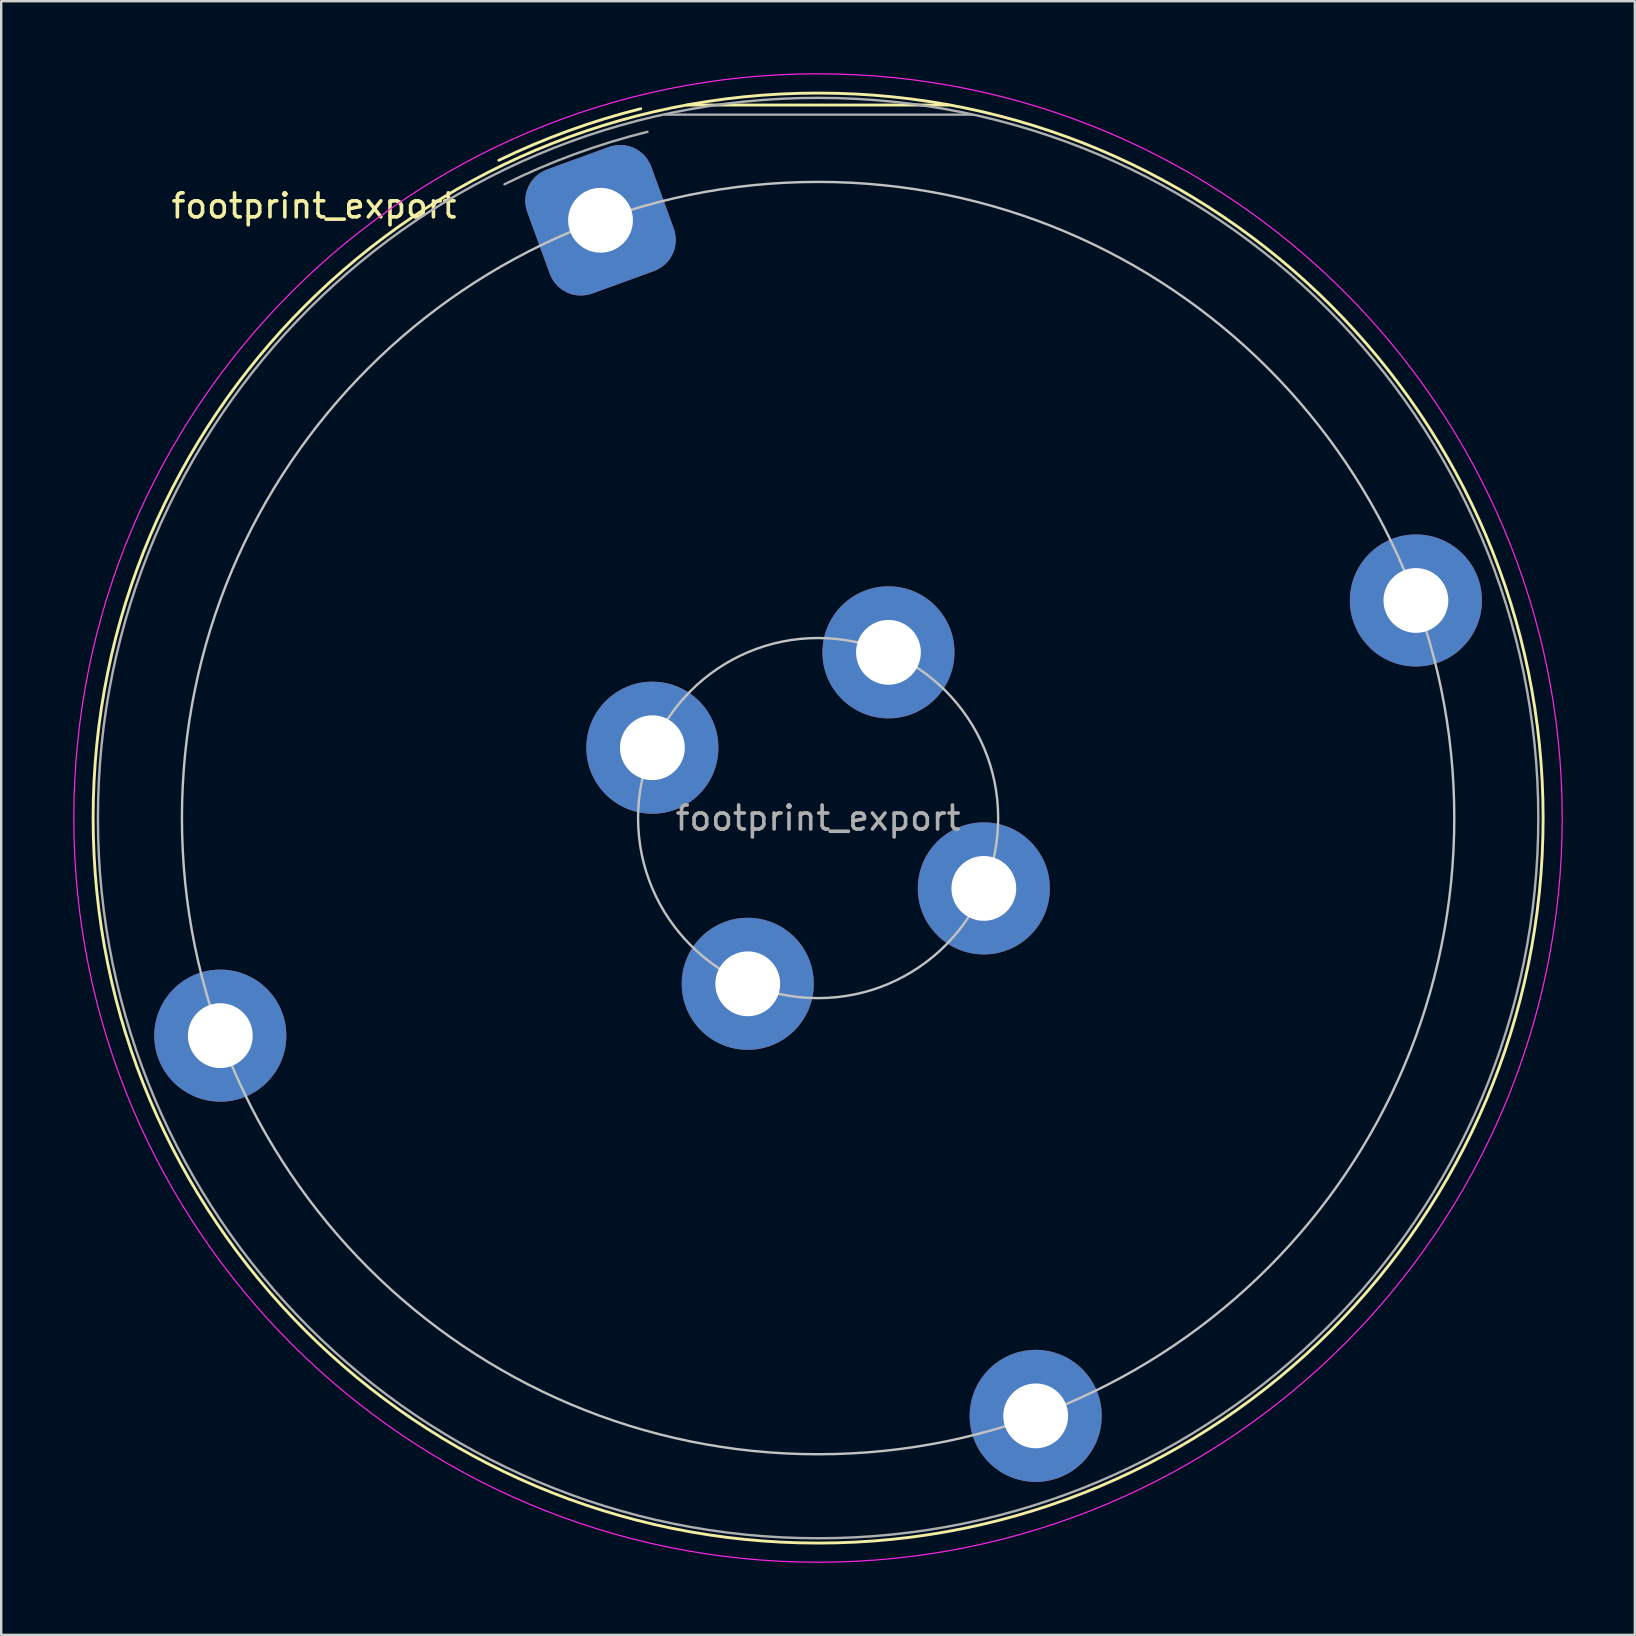
<source format=kicad_pcb>
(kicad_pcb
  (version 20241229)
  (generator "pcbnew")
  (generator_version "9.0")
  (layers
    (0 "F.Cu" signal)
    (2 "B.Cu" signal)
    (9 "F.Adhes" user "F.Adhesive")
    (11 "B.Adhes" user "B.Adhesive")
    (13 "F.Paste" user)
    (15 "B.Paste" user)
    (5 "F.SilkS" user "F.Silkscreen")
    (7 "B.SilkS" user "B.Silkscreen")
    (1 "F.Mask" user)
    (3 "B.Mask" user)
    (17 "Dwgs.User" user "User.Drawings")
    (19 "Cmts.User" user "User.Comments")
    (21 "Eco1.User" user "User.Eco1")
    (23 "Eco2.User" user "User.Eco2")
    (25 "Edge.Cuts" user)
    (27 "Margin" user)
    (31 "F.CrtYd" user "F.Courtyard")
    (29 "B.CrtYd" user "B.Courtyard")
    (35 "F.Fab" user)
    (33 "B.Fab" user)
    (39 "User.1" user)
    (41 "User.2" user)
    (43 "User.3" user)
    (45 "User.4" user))
  (footprint "footprint_export"
    (layer "F.Cu")
    (at 21.965 6.125)
    (property "Reference" "footprint_export" (at -11.936 -0.598 0) (layer "F.SilkS") (effects (font (size 1 1) (thickness 0.15))))
    (attr through_hole)
    (fp_line (start 3.6 -4.8) (end 14.5 -4.8) (stroke (width 0.12) (type default)) (layer "F.SilkS"))
    (fp_arc (start -4.236466 -2.498146) (mid -1.335569 -3.725208) (end 1.676542 -4.646113) (stroke (width 0.12) (type default)) (layer "F.SilkS"))
    (fp_circle (center 9.064 24.902) (end 39.264 24.902) (stroke (width 0.12) (type default)) (fill no) (layer "F.SilkS"))
    (fp_circle (center 9.064 24.902) (end 16.564 24.902) (stroke (width 0.1) (type default)) (fill no) (layer "Dwgs.User"))
    (fp_circle (center 9.064 24.902) (end 35.564 24.902) (stroke (width 0.1) (type default)) (fill no) (layer "Dwgs.User"))
    (fp_circle (center 9.06 24.9) (end 40.06 24.9) (stroke (width 0.05) (type default)) (fill no) (layer "F.CrtYd"))
    (fp_line (start 15.5 -4.4) (end 2.7 -4.4) (stroke (width 0.1) (type default)) (layer "F.Fab"))
    (fp_arc (start -4 -1.5) (mid -1.081881 -2.752881) (end 1.954155 -3.68434) (stroke (width 0.1) (type default)) (layer "F.Fab"))
    (fp_circle (center 9.064 24.902) (end 39.064 24.902) (stroke (width 0.1) (type default)) (fill no) (layer "F.Fab"))
    (fp_text user "${REFERENCE}" (at 9.064 24.902 0) (layer "F.Fab") (effects (font (size 1 1) (thickness 0.15))))
    (pad "1" thru_hole roundrect (at 0 0 20) (size 5.5 5.5) (drill 2.7) (layers "*.Cu" "*.Mask") (roundrect_rratio 0.25))
    (pad "2" thru_hole circle (at -15.838 33.965 20) (size 5.5 5.5) (drill 2.7) (layers "*.Cu" "*.Mask"))
    (pad "3" thru_hole circle (at 18.127 49.804 20) (size 5.5 5.5) (drill 2.7) (layers "*.Cu" "*.Mask"))
    (pad "4" thru_hole circle (at 33.965 15.838 20) (size 5.5 5.5) (drill 2.7) (layers "*.Cu" "*.Mask"))
    (pad "5" thru_hole circle (at 2.16 21.971 357) (size 5.5 5.5) (drill 2.7) (layers "*.Cu" "*.Mask"))
    (pad "6" thru_hole circle (at 6.133 31.806 357) (size 5.5 5.5) (drill 2.7) (layers "*.Cu" "*.Mask"))
    (pad "7" thru_hole circle (at 15.967 27.832 357) (size 5.5 5.5) (drill 2.7) (layers "*.Cu" "*.Mask"))
    (pad "8" thru_hole circle (at 11.994 17.998 357) (size 5.5 5.5) (drill 2.7) (layers "*.Cu" "*.Mask")))
  (gr_rect
    (start -3 -3)
    (end 65.05 65.05)
    (stroke (width 0.1) (type default))
    (fill no)
    (layer "Edge.Cuts")))
</source>
